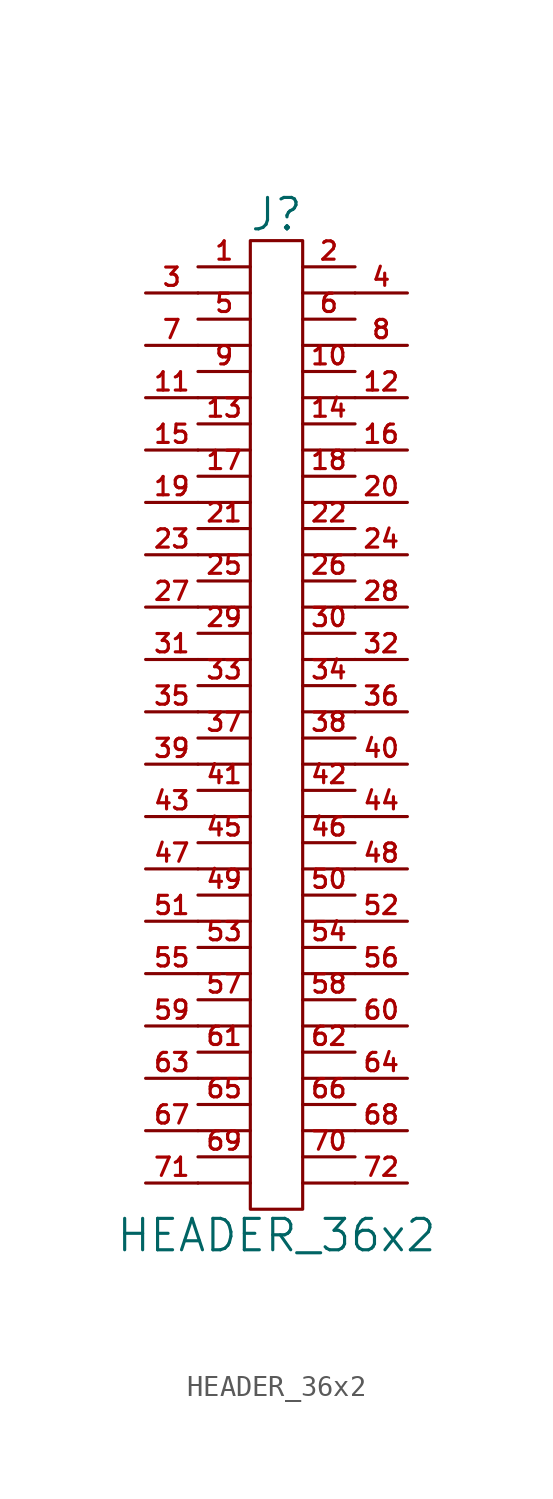
<source format=kicad_sym>
(kicad_symbol_lib
  (version 20201005)
  (generator kicad_symbol_editor)
  (symbol "HEADER_36x2"
    (pin_names
      (offset 0))
    (property "Reference" "J"
      (at 0 24.13 0)
      (effects (font (size 1.524 1.524))))
    (property "Value" "HEADER_36x2"
      (at 0 -25.4 0)
      (effects (font (size 1.524 1.524))))
    (property "Footprint" ""
      (at 0 -2.54 0)
      (effects (font (size 1.524 1.524))))
    (property "Datasheet" ""
      (at 0 -2.54 0)
      (effects (font (size 1.524 1.524))))
    (symbol "HEADER_36x2_0_1"
      (rectangle (start 1.27 -24.13) (end -1.27 22.86) (stroke (width 0)) (fill (type none)))
      (polyline (pts (xy -3.81 -22.86) (xy -1.27 -22.86)) (stroke (width 0)) (fill (type none)))
      (polyline (pts (xy -3.81 -20.32) (xy -1.27 -20.32)) (stroke (width 0)) (fill (type none)))
      (polyline (pts (xy -3.81 -17.78) (xy -1.27 -17.78)) (stroke (width 0)) (fill (type none)))
      (polyline (pts (xy -3.81 -15.24) (xy -1.27 -15.24)) (stroke (width 0)) (fill (type none)))
      (polyline (pts (xy -3.81 -12.7) (xy -1.27 -12.7)) (stroke (width 0)) (fill (type none)))
      (polyline (pts (xy -3.81 -10.16) (xy -1.27 -10.16)) (stroke (width 0)) (fill (type none)))
      (polyline (pts (xy -3.81 -7.62) (xy -1.27 -7.62)) (stroke (width 0)) (fill (type none)))
      (polyline (pts (xy -3.81 -5.08) (xy -1.27 -5.08)) (stroke (width 0)) (fill (type none)))
      (polyline (pts (xy -3.81 -2.54) (xy -1.27 -2.54)) (stroke (width 0)) (fill (type none)))
      (polyline (pts (xy -3.81 0) (xy -1.27 0)) (stroke (width 0)) (fill (type none)))
      (polyline (pts (xy -3.81 2.54) (xy -1.27 2.54)) (stroke (width 0)) (fill (type none)))
      (polyline (pts (xy -3.81 5.08) (xy -1.27 5.08)) (stroke (width 0)) (fill (type none)))
      (polyline (pts (xy -3.81 7.62) (xy -1.27 7.62)) (stroke (width 0)) (fill (type none)))
      (polyline (pts (xy -3.81 10.16) (xy -1.27 10.16)) (stroke (width 0)) (fill (type none)))
      (polyline (pts (xy -3.81 12.7) (xy -1.27 12.7)) (stroke (width 0)) (fill (type none)))
      (polyline (pts (xy -3.81 15.24) (xy -1.27 15.24)) (stroke (width 0)) (fill (type none)))
      (polyline (pts (xy -3.81 17.78) (xy -1.27 17.78)) (stroke (width 0)) (fill (type none)))
      (polyline (pts (xy -3.81 20.32) (xy -1.27 20.32)) (stroke (width 0)) (fill (type none)))
      (polyline (pts (xy 1.27 -22.86) (xy 3.81 -22.86)) (stroke (width 0)) (fill (type none)))
      (polyline (pts (xy 1.27 -20.32) (xy 3.81 -20.32)) (stroke (width 0)) (fill (type none)))
      (polyline (pts (xy 1.27 -17.78) (xy 3.81 -17.78)) (stroke (width 0)) (fill (type none)))
      (polyline (pts (xy 1.27 -15.24) (xy 3.81 -15.24)) (stroke (width 0)) (fill (type none)))
      (polyline (pts (xy 1.27 -12.7) (xy 3.81 -12.7)) (stroke (width 0)) (fill (type none)))
      (polyline (pts (xy 1.27 -10.16) (xy 3.81 -10.16)) (stroke (width 0)) (fill (type none)))
      (polyline (pts (xy 1.27 -7.62) (xy 3.81 -7.62)) (stroke (width 0)) (fill (type none)))
      (polyline (pts (xy 1.27 -5.08) (xy 3.81 -5.08)) (stroke (width 0)) (fill (type none)))
      (polyline (pts (xy 1.27 -2.54) (xy 3.81 -2.54)) (stroke (width 0)) (fill (type none)))
      (polyline (pts (xy 1.27 0) (xy 3.81 0)) (stroke (width 0)) (fill (type none)))
      (polyline (pts (xy 1.27 2.54) (xy 3.81 2.54)) (stroke (width 0)) (fill (type none)))
      (polyline (pts (xy 1.27 5.08) (xy 3.81 5.08)) (stroke (width 0)) (fill (type none)))
      (polyline (pts (xy 1.27 7.62) (xy 3.81 7.62)) (stroke (width 0)) (fill (type none)))
      (polyline (pts (xy 1.27 10.16) (xy 3.81 10.16)) (stroke (width 0)) (fill (type none)))
      (polyline (pts (xy 1.27 12.7) (xy 3.81 12.7)) (stroke (width 0)) (fill (type none)))
      (polyline (pts (xy 1.27 15.24) (xy 3.81 15.24)) (stroke (width 0)) (fill (type none)))
      (polyline (pts (xy 1.27 17.78) (xy 3.81 17.78)) (stroke (width 0)) (fill (type none)))
      (polyline (pts (xy 1.27 20.32) (xy 3.81 20.32)) (stroke (width 0)) (fill (type none))))
    (symbol "HEADER_36x2_1_1"
      (pin passive line (at -3.81 21.59 0) (length 2.54) (name "~" (effects (font (size 1.27 1.27)))) (number "1" (effects (font (size 0.889 0.889)))))
      (pin passive line (at 3.81 16.51 180) (length 2.54) (name "~" (effects (font (size 1.27 1.27)))) (number "10" (effects (font (size 0.889 0.889)))))
      (pin passive line (at -6.35 15.24 0) (length 2.54) (name "~" (effects (font (size 1.27 1.27)))) (number "11" (effects (font (size 0.889 0.889)))))
      (pin passive line (at 6.35 15.24 180) (length 2.54) (name "~" (effects (font (size 1.27 1.27)))) (number "12" (effects (font (size 0.889 0.889)))))
      (pin passive line (at -3.81 13.97 0) (length 2.54) (name "~" (effects (font (size 1.27 1.27)))) (number "13" (effects (font (size 0.889 0.889)))))
      (pin passive line (at 3.81 13.97 180) (length 2.54) (name "~" (effects (font (size 1.27 1.27)))) (number "14" (effects (font (size 0.889 0.889)))))
      (pin passive line (at -6.35 12.7 0) (length 2.54) (name "~" (effects (font (size 1.27 1.27)))) (number "15" (effects (font (size 0.889 0.889)))))
      (pin passive line (at 6.35 12.7 180) (length 2.54) (name "~" (effects (font (size 1.27 1.27)))) (number "16" (effects (font (size 0.889 0.889)))))
      (pin passive line (at -3.81 11.43 0) (length 2.54) (name "~" (effects (font (size 1.27 1.27)))) (number "17" (effects (font (size 0.889 0.889)))))
      (pin passive line (at 3.81 11.43 180) (length 2.54) (name "~" (effects (font (size 1.27 1.27)))) (number "18" (effects (font (size 0.889 0.889)))))
      (pin passive line (at -6.35 10.16 0) (length 2.54) (name "~" (effects (font (size 1.27 1.27)))) (number "19" (effects (font (size 0.889 0.889)))))
      (pin passive line (at 3.81 21.59 180) (length 2.54) (name "~" (effects (font (size 1.27 1.27)))) (number "2" (effects (font (size 0.889 0.889)))))
      (pin passive line (at 6.35 10.16 180) (length 2.54) (name "~" (effects (font (size 1.27 1.27)))) (number "20" (effects (font (size 0.889 0.889)))))
      (pin passive line (at -3.81 8.89 0) (length 2.54) (name "~" (effects (font (size 1.27 1.27)))) (number "21" (effects (font (size 0.889 0.889)))))
      (pin passive line (at 3.81 8.89 180) (length 2.54) (name "~" (effects (font (size 1.27 1.27)))) (number "22" (effects (font (size 0.889 0.889)))))
      (pin passive line (at -6.35 7.62 0) (length 2.54) (name "~" (effects (font (size 1.27 1.27)))) (number "23" (effects (font (size 0.889 0.889)))))
      (pin passive line (at 6.35 7.62 180) (length 2.54) (name "~" (effects (font (size 1.27 1.27)))) (number "24" (effects (font (size 0.889 0.889)))))
      (pin passive line (at -3.81 6.35 0) (length 2.54) (name "~" (effects (font (size 1.27 1.27)))) (number "25" (effects (font (size 0.889 0.889)))))
      (pin passive line (at 3.81 6.35 180) (length 2.54) (name "~" (effects (font (size 1.27 1.27)))) (number "26" (effects (font (size 0.889 0.889)))))
      (pin passive line (at -6.35 5.08 0) (length 2.54) (name "~" (effects (font (size 1.27 1.27)))) (number "27" (effects (font (size 0.889 0.889)))))
      (pin passive line (at 6.35 5.08 180) (length 2.54) (name "~" (effects (font (size 1.27 1.27)))) (number "28" (effects (font (size 0.889 0.889)))))
      (pin passive line (at -3.81 3.81 0) (length 2.54) (name "~" (effects (font (size 1.27 1.27)))) (number "29" (effects (font (size 0.889 0.889)))))
      (pin passive line (at -6.35 20.32 0) (length 2.54) (name "~" (effects (font (size 1.27 1.27)))) (number "3" (effects (font (size 0.889 0.889)))))
      (pin passive line (at 3.81 3.81 180) (length 2.54) (name "~" (effects (font (size 1.27 1.27)))) (number "30" (effects (font (size 0.889 0.889)))))
      (pin passive line (at -6.35 2.54 0) (length 2.54) (name "~" (effects (font (size 1.27 1.27)))) (number "31" (effects (font (size 0.889 0.889)))))
      (pin passive line (at 6.35 2.54 180) (length 2.54) (name "~" (effects (font (size 1.27 1.27)))) (number "32" (effects (font (size 0.889 0.889)))))
      (pin passive line (at -3.81 1.27 0) (length 2.54) (name "~" (effects (font (size 1.27 1.27)))) (number "33" (effects (font (size 0.889 0.889)))))
      (pin passive line (at 3.81 1.27 180) (length 2.54) (name "~" (effects (font (size 1.27 1.27)))) (number "34" (effects (font (size 0.889 0.889)))))
      (pin passive line (at -6.35 0 0) (length 2.54) (name "~" (effects (font (size 1.27 1.27)))) (number "35" (effects (font (size 0.889 0.889)))))
      (pin passive line (at 6.35 0 180) (length 2.54) (name "~" (effects (font (size 1.27 1.27)))) (number "36" (effects (font (size 0.889 0.889)))))
      (pin passive line (at -3.81 -1.27 0) (length 2.54) (name "~" (effects (font (size 0.889 0.889)))) (number "37" (effects (font (size 0.889 0.889)))))
      (pin passive line (at 3.81 -1.27 180) (length 2.54) (name "~" (effects (font (size 1.27 1.27)))) (number "38" (effects (font (size 0.889 0.889)))))
      (pin passive line (at -6.35 -2.54 0) (length 2.54) (name "~" (effects (font (size 1.27 1.27)))) (number "39" (effects (font (size 0.889 0.889)))))
      (pin passive line (at 6.35 20.32 180) (length 2.54) (name "~" (effects (font (size 1.27 1.27)))) (number "4" (effects (font (size 0.889 0.889)))))
      (pin passive line (at 6.35 -2.54 180) (length 2.54) (name "~" (effects (font (size 1.27 1.27)))) (number "40" (effects (font (size 0.889 0.889)))))
      (pin passive line (at -3.81 -3.81 0) (length 2.54) (name "~" (effects (font (size 1.27 1.27)))) (number "41" (effects (font (size 0.889 0.889)))))
      (pin passive line (at 3.81 -3.81 180) (length 2.54) (name "~" (effects (font (size 1.27 1.27)))) (number "42" (effects (font (size 0.889 0.889)))))
      (pin passive line (at -6.35 -5.08 0) (length 2.54) (name "~" (effects (font (size 1.27 1.27)))) (number "43" (effects (font (size 0.889 0.889)))))
      (pin passive line (at 6.35 -5.08 180) (length 2.54) (name "~" (effects (font (size 1.27 1.27)))) (number "44" (effects (font (size 0.889 0.889)))))
      (pin passive line (at -3.81 -6.35 0) (length 2.54) (name "~" (effects (font (size 1.27 1.27)))) (number "45" (effects (font (size 0.889 0.889)))))
      (pin passive line (at 3.81 -6.35 180) (length 2.54) (name "~" (effects (font (size 1.27 1.27)))) (number "46" (effects (font (size 0.889 0.889)))))
      (pin passive line (at -6.35 -7.62 0) (length 2.54) (name "~" (effects (font (size 1.27 1.27)))) (number "47" (effects (font (size 0.889 0.889)))))
      (pin passive line (at 6.35 -7.62 180) (length 2.54) (name "~" (effects (font (size 1.27 1.27)))) (number "48" (effects (font (size 0.889 0.889)))))
      (pin passive line (at -3.81 -8.89 0) (length 2.54) (name "~" (effects (font (size 1.27 1.27)))) (number "49" (effects (font (size 0.889 0.889)))))
      (pin passive line (at -3.81 19.05 0) (length 2.54) (name "~" (effects (font (size 1.27 1.27)))) (number "5" (effects (font (size 0.889 0.889)))))
      (pin passive line (at 3.81 -8.89 180) (length 2.54) (name "~" (effects (font (size 1.27 1.27)))) (number "50" (effects (font (size 0.889 0.889)))))
      (pin passive line (at -6.35 -10.16 0) (length 2.54) (name "~" (effects (font (size 1.27 1.27)))) (number "51" (effects (font (size 0.889 0.889)))))
      (pin passive line (at 6.35 -10.16 180) (length 2.54) (name "~" (effects (font (size 1.27 1.27)))) (number "52" (effects (font (size 0.889 0.889)))))
      (pin passive line (at -3.81 -11.43 0) (length 2.54) (name "~" (effects (font (size 1.27 1.27)))) (number "53" (effects (font (size 0.889 0.889)))))
      (pin passive line (at 3.81 -11.43 180) (length 2.54) (name "~" (effects (font (size 1.27 1.27)))) (number "54" (effects (font (size 0.889 0.889)))))
      (pin passive line (at -6.35 -12.7 0) (length 2.54) (name "~" (effects (font (size 1.27 1.27)))) (number "55" (effects (font (size 0.889 0.889)))))
      (pin passive line (at 6.35 -12.7 180) (length 2.54) (name "~" (effects (font (size 1.27 1.27)))) (number "56" (effects (font (size 0.889 0.889)))))
      (pin passive line (at -3.81 -13.97 0) (length 2.54) (name "~" (effects (font (size 1.27 1.27)))) (number "57" (effects (font (size 0.889 0.889)))))
      (pin passive line (at 3.81 -13.97 180) (length 2.54) (name "~" (effects (font (size 1.27 1.27)))) (number "58" (effects (font (size 0.889 0.889)))))
      (pin passive line (at -6.35 -15.24 0) (length 2.54) (name "~" (effects (font (size 1.27 1.27)))) (number "59" (effects (font (size 0.889 0.889)))))
      (pin passive line (at 3.81 19.05 180) (length 2.54) (name "~" (effects (font (size 1.27 1.27)))) (number "6" (effects (font (size 0.889 0.889)))))
      (pin passive line (at 6.35 -15.24 180) (length 2.54) (name "~" (effects (font (size 1.27 1.27)))) (number "60" (effects (font (size 0.889 0.889)))))
      (pin passive line (at -3.81 -16.51 0) (length 2.54) (name "~" (effects (font (size 1.27 1.27)))) (number "61" (effects (font (size 0.889 0.889)))))
      (pin passive line (at 3.81 -16.51 180) (length 2.54) (name "~" (effects (font (size 1.27 1.27)))) (number "62" (effects (font (size 0.889 0.889)))))
      (pin passive line (at -6.35 -17.78 0) (length 2.54) (name "~" (effects (font (size 1.27 1.27)))) (number "63" (effects (font (size 0.889 0.889)))))
      (pin passive line (at 6.35 -17.78 180) (length 2.54) (name "~" (effects (font (size 1.27 1.27)))) (number "64" (effects (font (size 0.889 0.889)))))
      (pin passive line (at -3.81 -19.05 0) (length 2.54) (name "~" (effects (font (size 1.27 1.27)))) (number "65" (effects (font (size 0.889 0.889)))))
      (pin passive line (at 3.81 -19.05 180) (length 2.54) (name "~" (effects (font (size 1.27 1.27)))) (number "66" (effects (font (size 0.889 0.889)))))
      (pin passive line (at -6.35 -20.32 0) (length 2.54) (name "~" (effects (font (size 1.27 1.27)))) (number "67" (effects (font (size 0.889 0.889)))))
      (pin passive line (at 6.35 -20.32 180) (length 2.54) (name "~" (effects (font (size 1.27 1.27)))) (number "68" (effects (font (size 0.889 0.889)))))
      (pin passive line (at -3.81 -21.59 0) (length 2.54) (name "~" (effects (font (size 1.27 1.27)))) (number "69" (effects (font (size 0.889 0.889)))))
      (pin passive line (at -6.35 17.78 0) (length 2.54) (name "~" (effects (font (size 1.27 1.27)))) (number "7" (effects (font (size 0.889 0.889)))))
      (pin passive line (at 3.81 -21.59 180) (length 2.54) (name "~" (effects (font (size 1.27 1.27)))) (number "70" (effects (font (size 0.889 0.889)))))
      (pin passive line (at -6.35 -22.86 0) (length 2.54) (name "~" (effects (font (size 1.27 1.27)))) (number "71" (effects (font (size 0.889 0.889)))))
      (pin passive line (at 6.35 -22.86 180) (length 2.54) (name "~" (effects (font (size 1.27 1.27)))) (number "72" (effects (font (size 0.889 0.889)))))
      (pin passive line (at 6.35 17.78 180) (length 2.54) (name "~" (effects (font (size 1.27 1.27)))) (number "8" (effects (font (size 0.889 0.889)))))
      (pin passive line (at -3.81 16.51 0) (length 2.54) (name "~" (effects (font (size 1.27 1.27)))) (number "9" (effects (font (size 0.889 0.889))))))))
</source>
